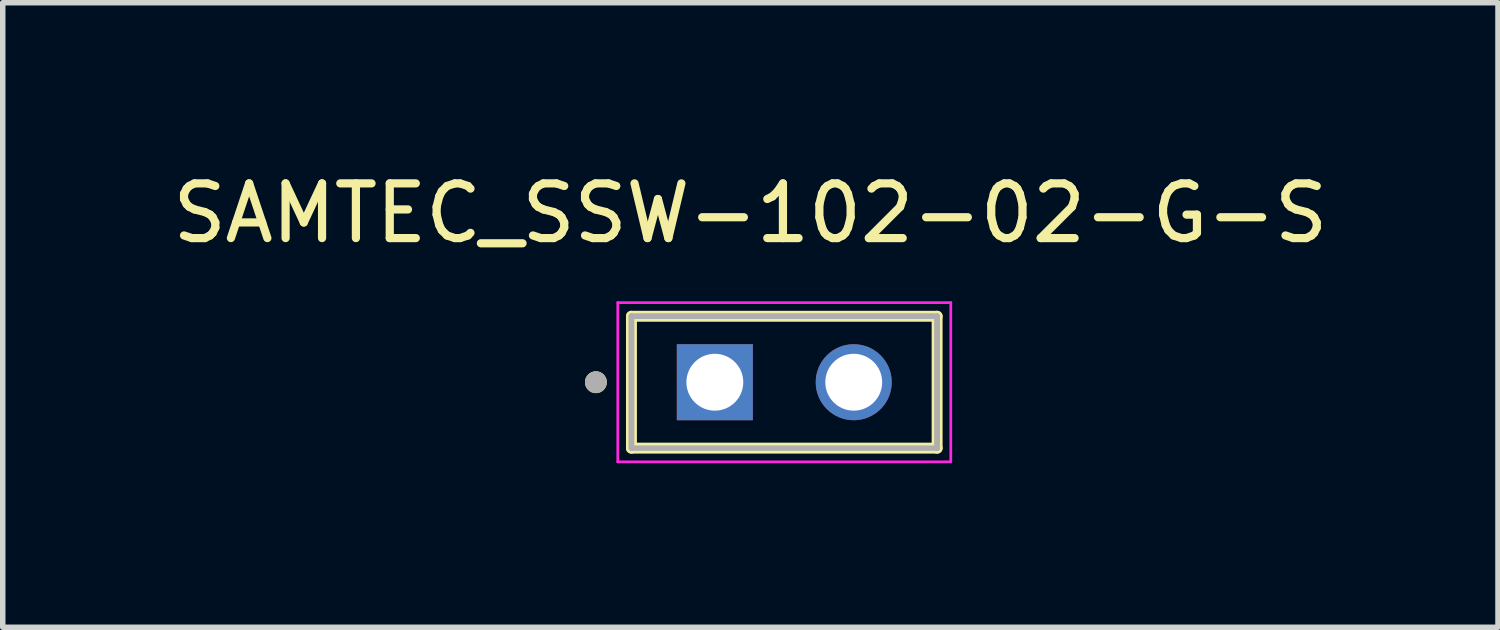
<source format=kicad_pcb>
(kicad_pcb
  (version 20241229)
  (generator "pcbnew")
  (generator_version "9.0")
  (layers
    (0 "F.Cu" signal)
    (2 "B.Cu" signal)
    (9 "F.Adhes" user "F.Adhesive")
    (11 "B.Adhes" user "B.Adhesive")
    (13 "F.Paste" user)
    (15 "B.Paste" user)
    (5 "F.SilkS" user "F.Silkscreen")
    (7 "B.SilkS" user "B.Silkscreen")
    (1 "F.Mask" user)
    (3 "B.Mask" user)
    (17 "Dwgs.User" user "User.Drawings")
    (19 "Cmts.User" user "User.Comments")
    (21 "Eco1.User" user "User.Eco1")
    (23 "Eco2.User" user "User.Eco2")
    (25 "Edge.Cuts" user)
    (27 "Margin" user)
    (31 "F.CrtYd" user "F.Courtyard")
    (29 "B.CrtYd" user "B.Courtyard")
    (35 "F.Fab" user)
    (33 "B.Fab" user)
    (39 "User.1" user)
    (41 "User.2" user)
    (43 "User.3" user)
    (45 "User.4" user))
  (footprint "SAMTEC_SSW-102-02-G-S"
    (layer "F.Cu")
    (at 10.023 3.94)
    (property "Reference" "SAMTEC_SSW-102-02-G-S" (at 0.65 -3.091 0) (layer "F.SilkS") (effects (font (size 1 1) (thickness 0.15))))
    (attr through_hole)
    (fp_line (start -1.525 1.206) (end -1.525 -1.206) (stroke (width 0.2) (type solid)) (layer "F.SilkS"))
    (fp_line (start 4.065 -1.206) (end -1.525 -1.206) (stroke (width 0.2) (type solid)) (layer "F.SilkS"))
    (fp_line (start 4.065 -1.206) (end 4.065 1.206) (stroke (width 0.2) (type solid)) (layer "F.SilkS"))
    (fp_line (start 4.065 1.206) (end -1.525 1.206) (stroke (width 0.2) (type solid)) (layer "F.SilkS"))
    (fp_circle (center -2.175 0) (end -2.075 0) (stroke (width 0.2) (type solid)) (fill no) (layer "F.SilkS"))
    (fp_line (start -1.775 -1.456) (end 4.315 -1.456) (stroke (width 0.05) (type solid)) (layer "F.CrtYd"))
    (fp_line (start -1.775 1.456) (end -1.775 -1.456) (stroke (width 0.05) (type solid)) (layer "F.CrtYd"))
    (fp_line (start 4.315 -1.456) (end 4.315 1.456) (stroke (width 0.05) (type solid)) (layer "F.CrtYd"))
    (fp_line (start 4.315 1.456) (end -1.775 1.456) (stroke (width 0.05) (type solid)) (layer "F.CrtYd"))
    (fp_line (start -1.525 -1.206) (end 4.065 -1.206) (stroke (width 0.1) (type solid)) (layer "F.Fab"))
    (fp_line (start -1.525 -1.206) (end 4.065 -1.206) (stroke (width 0.1) (type solid)) (layer "F.Fab"))
    (fp_line (start -1.525 1.206) (end -1.525 -1.206) (stroke (width 0.1) (type solid)) (layer "F.Fab"))
    (fp_line (start -1.525 1.206) (end -1.525 -1.206) (stroke (width 0.1) (type solid)) (layer "F.Fab"))
    (fp_line (start 4.065 -1.206) (end 4.065 1.206) (stroke (width 0.1) (type solid)) (layer "F.Fab"))
    (fp_line (start 4.065 -1.206) (end 4.065 1.206) (stroke (width 0.1) (type solid)) (layer "F.Fab"))
    (fp_line (start 4.065 1.206) (end -1.525 1.206) (stroke (width 0.1) (type solid)) (layer "F.Fab"))
    (fp_circle (center -2.175 0) (end -2.075 0) (stroke (width 0.2) (type solid)) (fill no) (layer "F.Fab"))
    (pad "01" thru_hole rect (at 0 0) (size 1.39 1.39) (drill 1.04) (layers "*.Cu" "*.Mask"))
    (pad "02" thru_hole circle (at 2.54 0) (size 1.39 1.39) (drill 1.04) (layers "*.Cu" "*.Mask")))
  (gr_rect
    (start -3 -3)
    (end 24.345 8.421)
    (stroke (width 0.1) (type default))
    (fill no)
    (layer "Edge.Cuts")))
</source>
